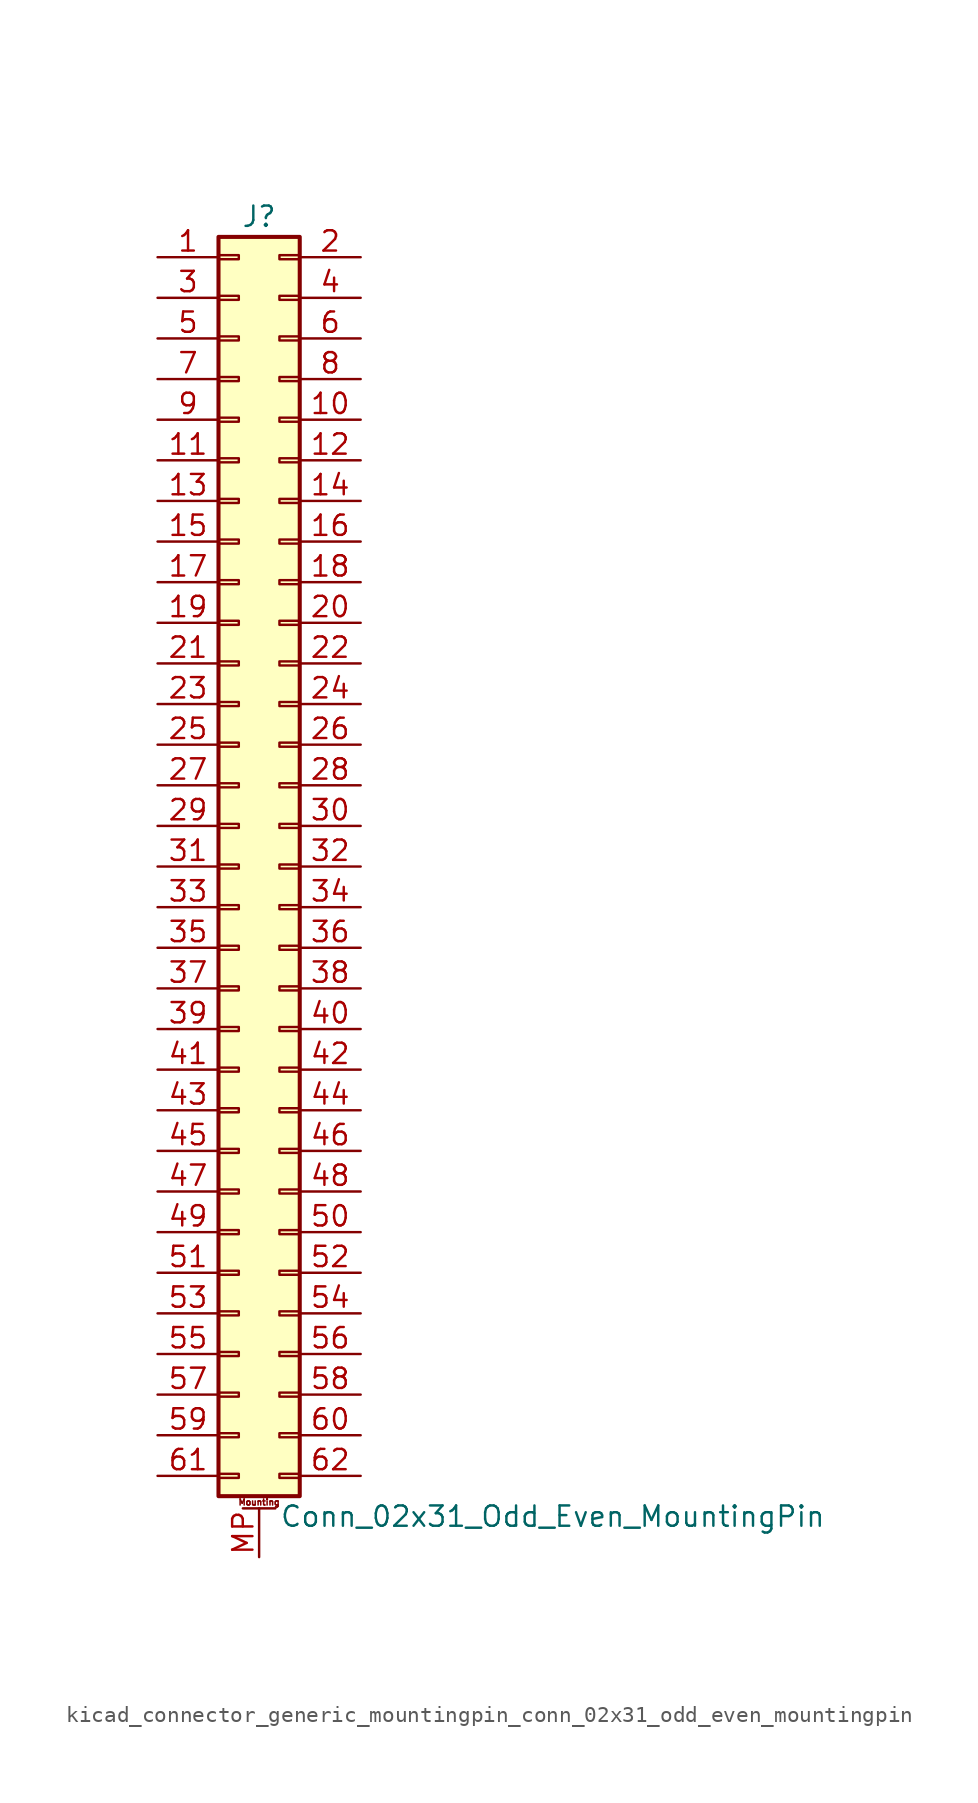
<source format=kicad_sym>
(kicad_symbol_lib
  (version 20220914)
  (generator kicad_symbol_editor)
  (symbol "kicad_connector_generic_mountingpin_conn_02x31_odd_even_mountingpin"
    (pin_names
      (offset 1.016) hide)
    (property "Reference" "J"
      (at 1.27 40.64 0)
      (effects (font (size 1.27 1.27))))
    (property "Value" "Conn_02x31_Odd_Even_MountingPin"
      (at 2.54 -40.64 0)
      (effects (font (size 1.27 1.27)) (justify left)))
    (symbol "kicad_connector_generic_mountingpin_conn_02x31_odd_even_mountingpin_1_1"
      (rectangle (start -1.27 -37.973) (end 0 -38.227) (stroke (width 0.152) (type default)) (fill (type none)))
      (rectangle (start -1.27 -35.433) (end 0 -35.687) (stroke (width 0.152) (type default)) (fill (type none)))
      (rectangle (start -1.27 -32.893) (end 0 -33.147) (stroke (width 0.152) (type default)) (fill (type none)))
      (rectangle (start -1.27 -30.353) (end 0 -30.607) (stroke (width 0.152) (type default)) (fill (type none)))
      (rectangle (start -1.27 -27.813) (end 0 -28.067) (stroke (width 0.152) (type default)) (fill (type none)))
      (rectangle (start -1.27 -25.273) (end 0 -25.527) (stroke (width 0.152) (type default)) (fill (type none)))
      (rectangle (start -1.27 -22.733) (end 0 -22.987) (stroke (width 0.152) (type default)) (fill (type none)))
      (rectangle (start -1.27 -20.193) (end 0 -20.447) (stroke (width 0.152) (type default)) (fill (type none)))
      (rectangle (start -1.27 -17.653) (end 0 -17.907) (stroke (width 0.152) (type default)) (fill (type none)))
      (rectangle (start -1.27 -15.113) (end 0 -15.367) (stroke (width 0.152) (type default)) (fill (type none)))
      (rectangle (start -1.27 -12.573) (end 0 -12.827) (stroke (width 0.152) (type default)) (fill (type none)))
      (rectangle (start -1.27 -10.033) (end 0 -10.287) (stroke (width 0.152) (type default)) (fill (type none)))
      (rectangle (start -1.27 -7.493) (end 0 -7.747) (stroke (width 0.152) (type default)) (fill (type none)))
      (rectangle (start -1.27 -4.953) (end 0 -5.207) (stroke (width 0.152) (type default)) (fill (type none)))
      (rectangle (start -1.27 -2.413) (end 0 -2.667) (stroke (width 0.152) (type default)) (fill (type none)))
      (rectangle (start -1.27 0.127) (end 0 -0.127) (stroke (width 0.152) (type default)) (fill (type none)))
      (rectangle (start -1.27 2.667) (end 0 2.413) (stroke (width 0.152) (type default)) (fill (type none)))
      (rectangle (start -1.27 5.207) (end 0 4.953) (stroke (width 0.152) (type default)) (fill (type none)))
      (rectangle (start -1.27 7.747) (end 0 7.493) (stroke (width 0.152) (type default)) (fill (type none)))
      (rectangle (start -1.27 10.287) (end 0 10.033) (stroke (width 0.152) (type default)) (fill (type none)))
      (rectangle (start -1.27 12.827) (end 0 12.573) (stroke (width 0.152) (type default)) (fill (type none)))
      (rectangle (start -1.27 15.367) (end 0 15.113) (stroke (width 0.152) (type default)) (fill (type none)))
      (rectangle (start -1.27 17.907) (end 0 17.653) (stroke (width 0.152) (type default)) (fill (type none)))
      (rectangle (start -1.27 20.447) (end 0 20.193) (stroke (width 0.152) (type default)) (fill (type none)))
      (rectangle (start -1.27 22.987) (end 0 22.733) (stroke (width 0.152) (type default)) (fill (type none)))
      (rectangle (start -1.27 25.527) (end 0 25.273) (stroke (width 0.152) (type default)) (fill (type none)))
      (rectangle (start -1.27 28.067) (end 0 27.813) (stroke (width 0.152) (type default)) (fill (type none)))
      (rectangle (start -1.27 30.607) (end 0 30.353) (stroke (width 0.152) (type default)) (fill (type none)))
      (rectangle (start -1.27 33.147) (end 0 32.893) (stroke (width 0.152) (type default)) (fill (type none)))
      (rectangle (start -1.27 35.687) (end 0 35.433) (stroke (width 0.152) (type default)) (fill (type none)))
      (rectangle (start -1.27 38.227) (end 0 37.973) (stroke (width 0.152) (type default)) (fill (type none)))
      (rectangle (start -1.27 39.37) (end 3.81 -39.37) (stroke (width 0.254) (type default)) (fill (type background)))
      (polyline (pts (xy 0.254 -40.132) (xy 2.286 -40.132)) (stroke (width 0.152) (type default)) (fill (type none)))
      (rectangle (start 3.81 -37.973) (end 2.54 -38.227) (stroke (width 0.152) (type default)) (fill (type none)))
      (rectangle (start 3.81 -35.433) (end 2.54 -35.687) (stroke (width 0.152) (type default)) (fill (type none)))
      (rectangle (start 3.81 -32.893) (end 2.54 -33.147) (stroke (width 0.152) (type default)) (fill (type none)))
      (rectangle (start 3.81 -30.353) (end 2.54 -30.607) (stroke (width 0.152) (type default)) (fill (type none)))
      (rectangle (start 3.81 -27.813) (end 2.54 -28.067) (stroke (width 0.152) (type default)) (fill (type none)))
      (rectangle (start 3.81 -25.273) (end 2.54 -25.527) (stroke (width 0.152) (type default)) (fill (type none)))
      (rectangle (start 3.81 -22.733) (end 2.54 -22.987) (stroke (width 0.152) (type default)) (fill (type none)))
      (rectangle (start 3.81 -20.193) (end 2.54 -20.447) (stroke (width 0.152) (type default)) (fill (type none)))
      (rectangle (start 3.81 -17.653) (end 2.54 -17.907) (stroke (width 0.152) (type default)) (fill (type none)))
      (rectangle (start 3.81 -15.113) (end 2.54 -15.367) (stroke (width 0.152) (type default)) (fill (type none)))
      (rectangle (start 3.81 -12.573) (end 2.54 -12.827) (stroke (width 0.152) (type default)) (fill (type none)))
      (rectangle (start 3.81 -10.033) (end 2.54 -10.287) (stroke (width 0.152) (type default)) (fill (type none)))
      (rectangle (start 3.81 -7.493) (end 2.54 -7.747) (stroke (width 0.152) (type default)) (fill (type none)))
      (rectangle (start 3.81 -4.953) (end 2.54 -5.207) (stroke (width 0.152) (type default)) (fill (type none)))
      (rectangle (start 3.81 -2.413) (end 2.54 -2.667) (stroke (width 0.152) (type default)) (fill (type none)))
      (rectangle (start 3.81 0.127) (end 2.54 -0.127) (stroke (width 0.152) (type default)) (fill (type none)))
      (rectangle (start 3.81 2.667) (end 2.54 2.413) (stroke (width 0.152) (type default)) (fill (type none)))
      (rectangle (start 3.81 5.207) (end 2.54 4.953) (stroke (width 0.152) (type default)) (fill (type none)))
      (rectangle (start 3.81 7.747) (end 2.54 7.493) (stroke (width 0.152) (type default)) (fill (type none)))
      (rectangle (start 3.81 10.287) (end 2.54 10.033) (stroke (width 0.152) (type default)) (fill (type none)))
      (rectangle (start 3.81 12.827) (end 2.54 12.573) (stroke (width 0.152) (type default)) (fill (type none)))
      (rectangle (start 3.81 15.367) (end 2.54 15.113) (stroke (width 0.152) (type default)) (fill (type none)))
      (rectangle (start 3.81 17.907) (end 2.54 17.653) (stroke (width 0.152) (type default)) (fill (type none)))
      (rectangle (start 3.81 20.447) (end 2.54 20.193) (stroke (width 0.152) (type default)) (fill (type none)))
      (rectangle (start 3.81 22.987) (end 2.54 22.733) (stroke (width 0.152) (type default)) (fill (type none)))
      (rectangle (start 3.81 25.527) (end 2.54 25.273) (stroke (width 0.152) (type default)) (fill (type none)))
      (rectangle (start 3.81 28.067) (end 2.54 27.813) (stroke (width 0.152) (type default)) (fill (type none)))
      (rectangle (start 3.81 30.607) (end 2.54 30.353) (stroke (width 0.152) (type default)) (fill (type none)))
      (rectangle (start 3.81 33.147) (end 2.54 32.893) (stroke (width 0.152) (type default)) (fill (type none)))
      (rectangle (start 3.81 35.687) (end 2.54 35.433) (stroke (width 0.152) (type default)) (fill (type none)))
      (rectangle (start 3.81 38.227) (end 2.54 37.973) (stroke (width 0.152) (type default)) (fill (type none)))
      (text "Mounting" (at 1.27 -39.751 0) (effects (font (size 0.381 0.381))))
      (pin passive line (at -5.08 38.1 0) (length 3.81) (name "Pin_1" (effects (font (size 1.27 1.27)))) (number "1" (effects (font (size 1.27 1.27)))))
      (pin passive line (at 7.62 27.94 180) (length 3.81) (name "Pin_10" (effects (font (size 1.27 1.27)))) (number "10" (effects (font (size 1.27 1.27)))))
      (pin passive line (at -5.08 25.4 0) (length 3.81) (name "Pin_11" (effects (font (size 1.27 1.27)))) (number "11" (effects (font (size 1.27 1.27)))))
      (pin passive line (at 7.62 25.4 180) (length 3.81) (name "Pin_12" (effects (font (size 1.27 1.27)))) (number "12" (effects (font (size 1.27 1.27)))))
      (pin passive line (at -5.08 22.86 0) (length 3.81) (name "Pin_13" (effects (font (size 1.27 1.27)))) (number "13" (effects (font (size 1.27 1.27)))))
      (pin passive line (at 7.62 22.86 180) (length 3.81) (name "Pin_14" (effects (font (size 1.27 1.27)))) (number "14" (effects (font (size 1.27 1.27)))))
      (pin passive line (at -5.08 20.32 0) (length 3.81) (name "Pin_15" (effects (font (size 1.27 1.27)))) (number "15" (effects (font (size 1.27 1.27)))))
      (pin passive line (at 7.62 20.32 180) (length 3.81) (name "Pin_16" (effects (font (size 1.27 1.27)))) (number "16" (effects (font (size 1.27 1.27)))))
      (pin passive line (at -5.08 17.78 0) (length 3.81) (name "Pin_17" (effects (font (size 1.27 1.27)))) (number "17" (effects (font (size 1.27 1.27)))))
      (pin passive line (at 7.62 17.78 180) (length 3.81) (name "Pin_18" (effects (font (size 1.27 1.27)))) (number "18" (effects (font (size 1.27 1.27)))))
      (pin passive line (at -5.08 15.24 0) (length 3.81) (name "Pin_19" (effects (font (size 1.27 1.27)))) (number "19" (effects (font (size 1.27 1.27)))))
      (pin passive line (at 7.62 38.1 180) (length 3.81) (name "Pin_2" (effects (font (size 1.27 1.27)))) (number "2" (effects (font (size 1.27 1.27)))))
      (pin passive line (at 7.62 15.24 180) (length 3.81) (name "Pin_20" (effects (font (size 1.27 1.27)))) (number "20" (effects (font (size 1.27 1.27)))))
      (pin passive line (at -5.08 12.7 0) (length 3.81) (name "Pin_21" (effects (font (size 1.27 1.27)))) (number "21" (effects (font (size 1.27 1.27)))))
      (pin passive line (at 7.62 12.7 180) (length 3.81) (name "Pin_22" (effects (font (size 1.27 1.27)))) (number "22" (effects (font (size 1.27 1.27)))))
      (pin passive line (at -5.08 10.16 0) (length 3.81) (name "Pin_23" (effects (font (size 1.27 1.27)))) (number "23" (effects (font (size 1.27 1.27)))))
      (pin passive line (at 7.62 10.16 180) (length 3.81) (name "Pin_24" (effects (font (size 1.27 1.27)))) (number "24" (effects (font (size 1.27 1.27)))))
      (pin passive line (at -5.08 7.62 0) (length 3.81) (name "Pin_25" (effects (font (size 1.27 1.27)))) (number "25" (effects (font (size 1.27 1.27)))))
      (pin passive line (at 7.62 7.62 180) (length 3.81) (name "Pin_26" (effects (font (size 1.27 1.27)))) (number "26" (effects (font (size 1.27 1.27)))))
      (pin passive line (at -5.08 5.08 0) (length 3.81) (name "Pin_27" (effects (font (size 1.27 1.27)))) (number "27" (effects (font (size 1.27 1.27)))))
      (pin passive line (at 7.62 5.08 180) (length 3.81) (name "Pin_28" (effects (font (size 1.27 1.27)))) (number "28" (effects (font (size 1.27 1.27)))))
      (pin passive line (at -5.08 2.54 0) (length 3.81) (name "Pin_29" (effects (font (size 1.27 1.27)))) (number "29" (effects (font (size 1.27 1.27)))))
      (pin passive line (at -5.08 35.56 0) (length 3.81) (name "Pin_3" (effects (font (size 1.27 1.27)))) (number "3" (effects (font (size 1.27 1.27)))))
      (pin passive line (at 7.62 2.54 180) (length 3.81) (name "Pin_30" (effects (font (size 1.27 1.27)))) (number "30" (effects (font (size 1.27 1.27)))))
      (pin passive line (at -5.08 0 0) (length 3.81) (name "Pin_31" (effects (font (size 1.27 1.27)))) (number "31" (effects (font (size 1.27 1.27)))))
      (pin passive line (at 7.62 0 180) (length 3.81) (name "Pin_32" (effects (font (size 1.27 1.27)))) (number "32" (effects (font (size 1.27 1.27)))))
      (pin passive line (at -5.08 -2.54 0) (length 3.81) (name "Pin_33" (effects (font (size 1.27 1.27)))) (number "33" (effects (font (size 1.27 1.27)))))
      (pin passive line (at 7.62 -2.54 180) (length 3.81) (name "Pin_34" (effects (font (size 1.27 1.27)))) (number "34" (effects (font (size 1.27 1.27)))))
      (pin passive line (at -5.08 -5.08 0) (length 3.81) (name "Pin_35" (effects (font (size 1.27 1.27)))) (number "35" (effects (font (size 1.27 1.27)))))
      (pin passive line (at 7.62 -5.08 180) (length 3.81) (name "Pin_36" (effects (font (size 1.27 1.27)))) (number "36" (effects (font (size 1.27 1.27)))))
      (pin passive line (at -5.08 -7.62 0) (length 3.81) (name "Pin_37" (effects (font (size 1.27 1.27)))) (number "37" (effects (font (size 1.27 1.27)))))
      (pin passive line (at 7.62 -7.62 180) (length 3.81) (name "Pin_38" (effects (font (size 1.27 1.27)))) (number "38" (effects (font (size 1.27 1.27)))))
      (pin passive line (at -5.08 -10.16 0) (length 3.81) (name "Pin_39" (effects (font (size 1.27 1.27)))) (number "39" (effects (font (size 1.27 1.27)))))
      (pin passive line (at 7.62 35.56 180) (length 3.81) (name "Pin_4" (effects (font (size 1.27 1.27)))) (number "4" (effects (font (size 1.27 1.27)))))
      (pin passive line (at 7.62 -10.16 180) (length 3.81) (name "Pin_40" (effects (font (size 1.27 1.27)))) (number "40" (effects (font (size 1.27 1.27)))))
      (pin passive line (at -5.08 -12.7 0) (length 3.81) (name "Pin_41" (effects (font (size 1.27 1.27)))) (number "41" (effects (font (size 1.27 1.27)))))
      (pin passive line (at 7.62 -12.7 180) (length 3.81) (name "Pin_42" (effects (font (size 1.27 1.27)))) (number "42" (effects (font (size 1.27 1.27)))))
      (pin passive line (at -5.08 -15.24 0) (length 3.81) (name "Pin_43" (effects (font (size 1.27 1.27)))) (number "43" (effects (font (size 1.27 1.27)))))
      (pin passive line (at 7.62 -15.24 180) (length 3.81) (name "Pin_44" (effects (font (size 1.27 1.27)))) (number "44" (effects (font (size 1.27 1.27)))))
      (pin passive line (at -5.08 -17.78 0) (length 3.81) (name "Pin_45" (effects (font (size 1.27 1.27)))) (number "45" (effects (font (size 1.27 1.27)))))
      (pin passive line (at 7.62 -17.78 180) (length 3.81) (name "Pin_46" (effects (font (size 1.27 1.27)))) (number "46" (effects (font (size 1.27 1.27)))))
      (pin passive line (at -5.08 -20.32 0) (length 3.81) (name "Pin_47" (effects (font (size 1.27 1.27)))) (number "47" (effects (font (size 1.27 1.27)))))
      (pin passive line (at 7.62 -20.32 180) (length 3.81) (name "Pin_48" (effects (font (size 1.27 1.27)))) (number "48" (effects (font (size 1.27 1.27)))))
      (pin passive line (at -5.08 -22.86 0) (length 3.81) (name "Pin_49" (effects (font (size 1.27 1.27)))) (number "49" (effects (font (size 1.27 1.27)))))
      (pin passive line (at -5.08 33.02 0) (length 3.81) (name "Pin_5" (effects (font (size 1.27 1.27)))) (number "5" (effects (font (size 1.27 1.27)))))
      (pin passive line (at 7.62 -22.86 180) (length 3.81) (name "Pin_50" (effects (font (size 1.27 1.27)))) (number "50" (effects (font (size 1.27 1.27)))))
      (pin passive line (at -5.08 -25.4 0) (length 3.81) (name "Pin_51" (effects (font (size 1.27 1.27)))) (number "51" (effects (font (size 1.27 1.27)))))
      (pin passive line (at 7.62 -25.4 180) (length 3.81) (name "Pin_52" (effects (font (size 1.27 1.27)))) (number "52" (effects (font (size 1.27 1.27)))))
      (pin passive line (at -5.08 -27.94 0) (length 3.81) (name "Pin_53" (effects (font (size 1.27 1.27)))) (number "53" (effects (font (size 1.27 1.27)))))
      (pin passive line (at 7.62 -27.94 180) (length 3.81) (name "Pin_54" (effects (font (size 1.27 1.27)))) (number "54" (effects (font (size 1.27 1.27)))))
      (pin passive line (at -5.08 -30.48 0) (length 3.81) (name "Pin_55" (effects (font (size 1.27 1.27)))) (number "55" (effects (font (size 1.27 1.27)))))
      (pin passive line (at 7.62 -30.48 180) (length 3.81) (name "Pin_56" (effects (font (size 1.27 1.27)))) (number "56" (effects (font (size 1.27 1.27)))))
      (pin passive line (at -5.08 -33.02 0) (length 3.81) (name "Pin_57" (effects (font (size 1.27 1.27)))) (number "57" (effects (font (size 1.27 1.27)))))
      (pin passive line (at 7.62 -33.02 180) (length 3.81) (name "Pin_58" (effects (font (size 1.27 1.27)))) (number "58" (effects (font (size 1.27 1.27)))))
      (pin passive line (at -5.08 -35.56 0) (length 3.81) (name "Pin_59" (effects (font (size 1.27 1.27)))) (number "59" (effects (font (size 1.27 1.27)))))
      (pin passive line (at 7.62 33.02 180) (length 3.81) (name "Pin_6" (effects (font (size 1.27 1.27)))) (number "6" (effects (font (size 1.27 1.27)))))
      (pin passive line (at 7.62 -35.56 180) (length 3.81) (name "Pin_60" (effects (font (size 1.27 1.27)))) (number "60" (effects (font (size 1.27 1.27)))))
      (pin passive line (at -5.08 -38.1 0) (length 3.81) (name "Pin_61" (effects (font (size 1.27 1.27)))) (number "61" (effects (font (size 1.27 1.27)))))
      (pin passive line (at 7.62 -38.1 180) (length 3.81) (name "Pin_62" (effects (font (size 1.27 1.27)))) (number "62" (effects (font (size 1.27 1.27)))))
      (pin passive line (at -5.08 30.48 0) (length 3.81) (name "Pin_7" (effects (font (size 1.27 1.27)))) (number "7" (effects (font (size 1.27 1.27)))))
      (pin passive line (at 7.62 30.48 180) (length 3.81) (name "Pin_8" (effects (font (size 1.27 1.27)))) (number "8" (effects (font (size 1.27 1.27)))))
      (pin passive line (at -5.08 27.94 0) (length 3.81) (name "Pin_9" (effects (font (size 1.27 1.27)))) (number "9" (effects (font (size 1.27 1.27)))))
      (pin passive line (at 1.27 -43.18 90) (length 3.048) (name "MountPin" (effects (font (size 1.27 1.27)))) (number "MP" (effects (font (size 1.27 1.27))))))))
</source>
